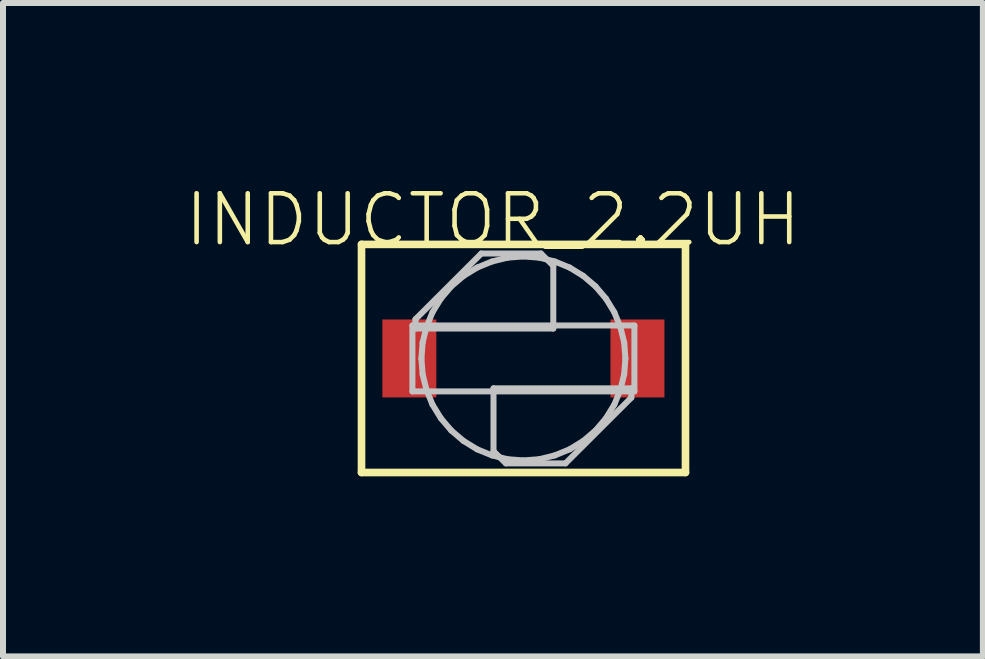
<source format=kicad_pcb>
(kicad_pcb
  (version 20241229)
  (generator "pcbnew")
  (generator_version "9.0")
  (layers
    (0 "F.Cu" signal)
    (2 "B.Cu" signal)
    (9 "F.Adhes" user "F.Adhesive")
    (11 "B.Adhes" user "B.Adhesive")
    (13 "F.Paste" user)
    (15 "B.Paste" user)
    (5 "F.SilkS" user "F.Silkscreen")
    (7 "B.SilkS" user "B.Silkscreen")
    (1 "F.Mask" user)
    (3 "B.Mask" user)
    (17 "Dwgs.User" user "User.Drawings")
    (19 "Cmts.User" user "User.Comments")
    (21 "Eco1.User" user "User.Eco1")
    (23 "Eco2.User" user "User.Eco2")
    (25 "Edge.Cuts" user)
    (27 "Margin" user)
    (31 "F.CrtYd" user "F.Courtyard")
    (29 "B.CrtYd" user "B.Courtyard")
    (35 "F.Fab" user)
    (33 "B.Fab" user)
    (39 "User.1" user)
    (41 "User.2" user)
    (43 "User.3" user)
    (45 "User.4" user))
  (footprint "INDUCTOR_2.2UH"
    (layer "F.Cu")
    (at 5.669 2.921)
    (property "Reference" "INDUCTOR_2.2UH" (at -0.508 -2.311 0) (layer "F.SilkS") (effects (font (size 0.813 0.813) (thickness 0.076))))
    (attr smd)
    (fp_line (start -2.697 -1.9) (end 2.7 -1.9) (stroke (width 0.127) (type solid)) (layer "F.SilkS"))
    (fp_line (start -2.697 1.9) (end -2.697 -1.9) (stroke (width 0.127) (type solid)) (layer "F.SilkS"))
    (fp_line (start 2.7 -1.9) (end 2.7 1.9) (stroke (width 0.127) (type solid)) (layer "F.SilkS"))
    (fp_line (start 2.7 1.9) (end -2.697 1.9) (stroke (width 0.127) (type solid)) (layer "F.SilkS"))
    (fp_line (start -1.849 -0.549) (end 1.849 -0.549) (stroke (width 0.1) (type solid)) (layer "Dwgs.User"))
    (fp_line (start -1.849 0.549) (end -1.849 -0.549) (stroke (width 0.1) (type solid)) (layer "Dwgs.User"))
    (fp_line (start -1.798 -0.653) (end -0.701 -1.748) (stroke (width 0.1) (type solid)) (layer "Dwgs.User"))
    (fp_line (start -1.798 -0.498) (end -1.798 -0.653) (stroke (width 0.1) (type solid)) (layer "Dwgs.User"))
    (fp_line (start -1.699 0) (end -1.679 -0.264) (stroke (width 0.1) (type solid)) (layer "Dwgs.User"))
    (fp_line (start -1.679 -0.264) (end -1.615 -0.523) (stroke (width 0.1) (type solid)) (layer "Dwgs.User"))
    (fp_line (start -1.679 0.264) (end -1.699 0) (stroke (width 0.1) (type solid)) (layer "Dwgs.User"))
    (fp_line (start -1.615 -0.523) (end -1.514 -0.77) (stroke (width 0.1) (type solid)) (layer "Dwgs.User"))
    (fp_line (start -1.615 0.523) (end -1.679 0.264) (stroke (width 0.1) (type solid)) (layer "Dwgs.User"))
    (fp_line (start -1.514 -0.77) (end -1.374 -0.998) (stroke (width 0.1) (type solid)) (layer "Dwgs.User"))
    (fp_line (start -1.514 0.77) (end -1.615 0.523) (stroke (width 0.1) (type solid)) (layer "Dwgs.User"))
    (fp_line (start -1.374 -0.998) (end -1.201 -1.201) (stroke (width 0.1) (type solid)) (layer "Dwgs.User"))
    (fp_line (start -1.374 0.998) (end -1.514 0.77) (stroke (width 0.1) (type solid)) (layer "Dwgs.User"))
    (fp_line (start -1.201 -1.201) (end -0.998 -1.374) (stroke (width 0.1) (type solid)) (layer "Dwgs.User"))
    (fp_line (start -1.201 1.201) (end -1.374 0.998) (stroke (width 0.1) (type solid)) (layer "Dwgs.User"))
    (fp_line (start -0.998 -1.374) (end -0.77 -1.514) (stroke (width 0.1) (type solid)) (layer "Dwgs.User"))
    (fp_line (start -0.998 1.374) (end -1.201 1.201) (stroke (width 0.1) (type solid)) (layer "Dwgs.User"))
    (fp_line (start -0.77 -1.514) (end -0.523 -1.615) (stroke (width 0.1) (type solid)) (layer "Dwgs.User"))
    (fp_line (start -0.77 1.514) (end -0.998 1.374) (stroke (width 0.1) (type solid)) (layer "Dwgs.User"))
    (fp_line (start -0.701 -1.748) (end 0.292 -1.748) (stroke (width 0.1) (type solid)) (layer "Dwgs.User"))
    (fp_line (start -0.523 -1.615) (end -0.264 -1.679) (stroke (width 0.1) (type solid)) (layer "Dwgs.User"))
    (fp_line (start -0.523 1.615) (end -0.77 1.514) (stroke (width 0.1) (type solid)) (layer "Dwgs.User"))
    (fp_line (start -0.498 0.498) (end 1.798 0.498) (stroke (width 0.1) (type solid)) (layer "Dwgs.User"))
    (fp_line (start -0.498 1.544) (end -0.498 0.498) (stroke (width 0.1) (type solid)) (layer "Dwgs.User"))
    (fp_line (start -0.292 1.748) (end -0.498 1.544) (stroke (width 0.1) (type solid)) (layer "Dwgs.User"))
    (fp_line (start -0.264 -1.679) (end 0 -1.699) (stroke (width 0.1) (type solid)) (layer "Dwgs.User"))
    (fp_line (start -0.264 1.679) (end -0.523 1.615) (stroke (width 0.1) (type solid)) (layer "Dwgs.User"))
    (fp_line (start 0 -1.699) (end 0.264 -1.679) (stroke (width 0.1) (type solid)) (layer "Dwgs.User"))
    (fp_line (start 0 1.699) (end -0.264 1.679) (stroke (width 0.1) (type solid)) (layer "Dwgs.User"))
    (fp_line (start 0.264 -1.679) (end 0.523 -1.615) (stroke (width 0.1) (type solid)) (layer "Dwgs.User"))
    (fp_line (start 0.264 1.679) (end 0 1.699) (stroke (width 0.1) (type solid)) (layer "Dwgs.User"))
    (fp_line (start 0.292 -1.748) (end 0.498 -1.544) (stroke (width 0.1) (type solid)) (layer "Dwgs.User"))
    (fp_line (start 0.498 -1.544) (end 0.498 -0.498) (stroke (width 0.1) (type solid)) (layer "Dwgs.User"))
    (fp_line (start 0.498 -0.498) (end -1.798 -0.498) (stroke (width 0.1) (type solid)) (layer "Dwgs.User"))
    (fp_line (start 0.523 -1.615) (end 0.77 -1.514) (stroke (width 0.1) (type solid)) (layer "Dwgs.User"))
    (fp_line (start 0.523 1.615) (end 0.264 1.679) (stroke (width 0.1) (type solid)) (layer "Dwgs.User"))
    (fp_line (start 0.701 1.748) (end -0.292 1.748) (stroke (width 0.1) (type solid)) (layer "Dwgs.User"))
    (fp_line (start 0.77 -1.514) (end 0.998 -1.374) (stroke (width 0.1) (type solid)) (layer "Dwgs.User"))
    (fp_line (start 0.77 1.514) (end 0.523 1.615) (stroke (width 0.1) (type solid)) (layer "Dwgs.User"))
    (fp_line (start 0.998 -1.374) (end 1.201 -1.201) (stroke (width 0.1) (type solid)) (layer "Dwgs.User"))
    (fp_line (start 0.998 1.374) (end 0.77 1.514) (stroke (width 0.1) (type solid)) (layer "Dwgs.User"))
    (fp_line (start 1.201 -1.201) (end 1.374 -0.998) (stroke (width 0.1) (type solid)) (layer "Dwgs.User"))
    (fp_line (start 1.201 1.201) (end 0.998 1.374) (stroke (width 0.1) (type solid)) (layer "Dwgs.User"))
    (fp_line (start 1.374 -0.998) (end 1.514 -0.77) (stroke (width 0.1) (type solid)) (layer "Dwgs.User"))
    (fp_line (start 1.374 0.998) (end 1.201 1.201) (stroke (width 0.1) (type solid)) (layer "Dwgs.User"))
    (fp_line (start 1.514 -0.77) (end 1.615 -0.523) (stroke (width 0.1) (type solid)) (layer "Dwgs.User"))
    (fp_line (start 1.514 0.77) (end 1.374 0.998) (stroke (width 0.1) (type solid)) (layer "Dwgs.User"))
    (fp_line (start 1.615 -0.523) (end 1.679 -0.264) (stroke (width 0.1) (type solid)) (layer "Dwgs.User"))
    (fp_line (start 1.615 0.523) (end 1.514 0.77) (stroke (width 0.1) (type solid)) (layer "Dwgs.User"))
    (fp_line (start 1.679 -0.264) (end 1.699 0) (stroke (width 0.1) (type solid)) (layer "Dwgs.User"))
    (fp_line (start 1.679 0.264) (end 1.615 0.523) (stroke (width 0.1) (type solid)) (layer "Dwgs.User"))
    (fp_line (start 1.699 0) (end 1.679 0.264) (stroke (width 0.1) (type solid)) (layer "Dwgs.User"))
    (fp_line (start 1.798 0.498) (end 1.798 0.653) (stroke (width 0.1) (type solid)) (layer "Dwgs.User"))
    (fp_line (start 1.798 0.653) (end 0.701 1.748) (stroke (width 0.1) (type solid)) (layer "Dwgs.User"))
    (fp_line (start 1.849 -0.549) (end 1.849 0.549) (stroke (width 0.1) (type solid)) (layer "Dwgs.User"))
    (fp_line (start 1.849 0.549) (end -1.849 0.549) (stroke (width 0.1) (type solid)) (layer "Dwgs.User"))
    (pad "P$1" smd rect (at -1.9 0 90) (size 1.298 0.899) (layers "F.Cu" "F.Mask" "F.Paste"))
    (pad "P$2" smd rect (at 1.9 0) (size 0.899 1.298) (layers "F.Cu" "F.Mask" "F.Paste")))
  (gr_rect
    (start -3 -3)
    (end 13.323 7.884)
    (stroke (width 0.1) (type default))
    (fill no)
    (layer "Edge.Cuts")))
</source>
